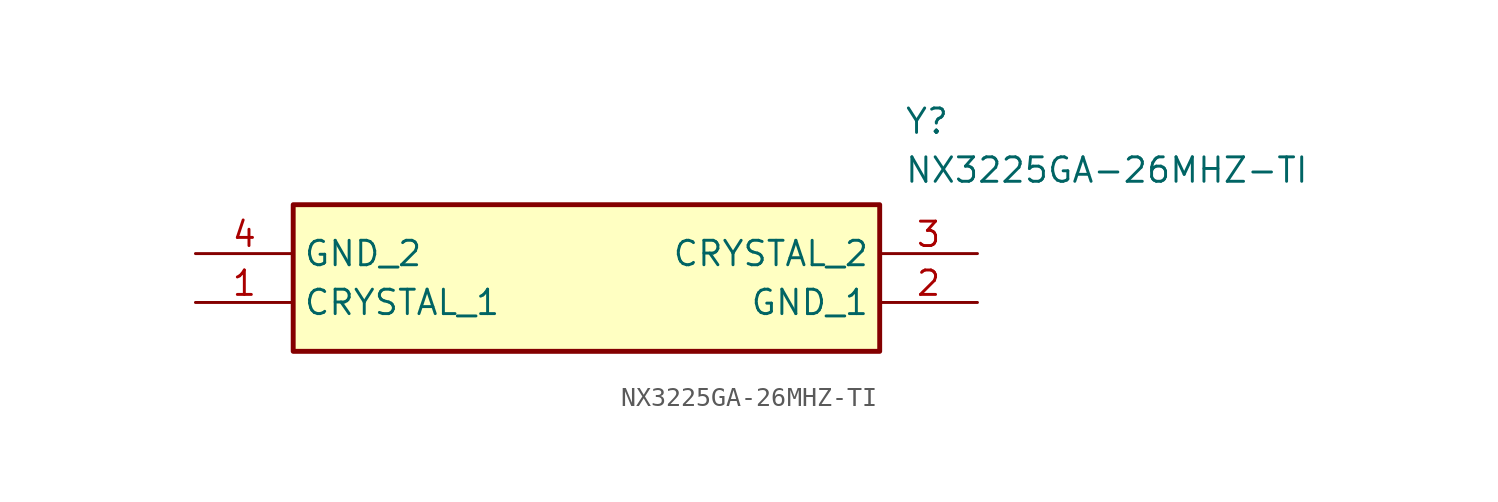
<source format=kicad_sym>
(kicad_symbol_lib
  (version 20241209)
  (generator "kicad_symbol_editor")
  (generator_version "9.0")
  (symbol "NX3225GA-26MHZ-TI"
    (property "Reference" "Y"
      (at 36.83 7.62 0)
      (effects (font (size 1.27 1.27)) (justify left top)))
    (property "Value" "NX3225GA-26MHZ-TI"
      (at 36.83 5.08 0)
      (effects (font (size 1.27 1.27)) (justify left top)))
    (symbol "NX3225GA-26MHZ-TI_1_1"
      (rectangle (start 5.08 2.54) (end 35.56 -5.08) (stroke (width 0.254) (type default)) (fill (type background)))
      (pin passive line (at 0 0 0) (length 5.08) (name "GND_2" (effects (font (size 1.27 1.27)))) (number "4" (effects (font (size 1.27 1.27)))))
      (pin passive line (at 0 -2.54 0) (length 5.08) (name "CRYSTAL_1" (effects (font (size 1.27 1.27)))) (number "1" (effects (font (size 1.27 1.27)))))
      (pin passive line (at 40.64 0 180) (length 5.08) (name "CRYSTAL_2" (effects (font (size 1.27 1.27)))) (number "3" (effects (font (size 1.27 1.27)))))
      (pin passive line (at 40.64 -2.54 180) (length 5.08) (name "GND_1" (effects (font (size 1.27 1.27)))) (number "2" (effects (font (size 1.27 1.27))))))))
</source>
